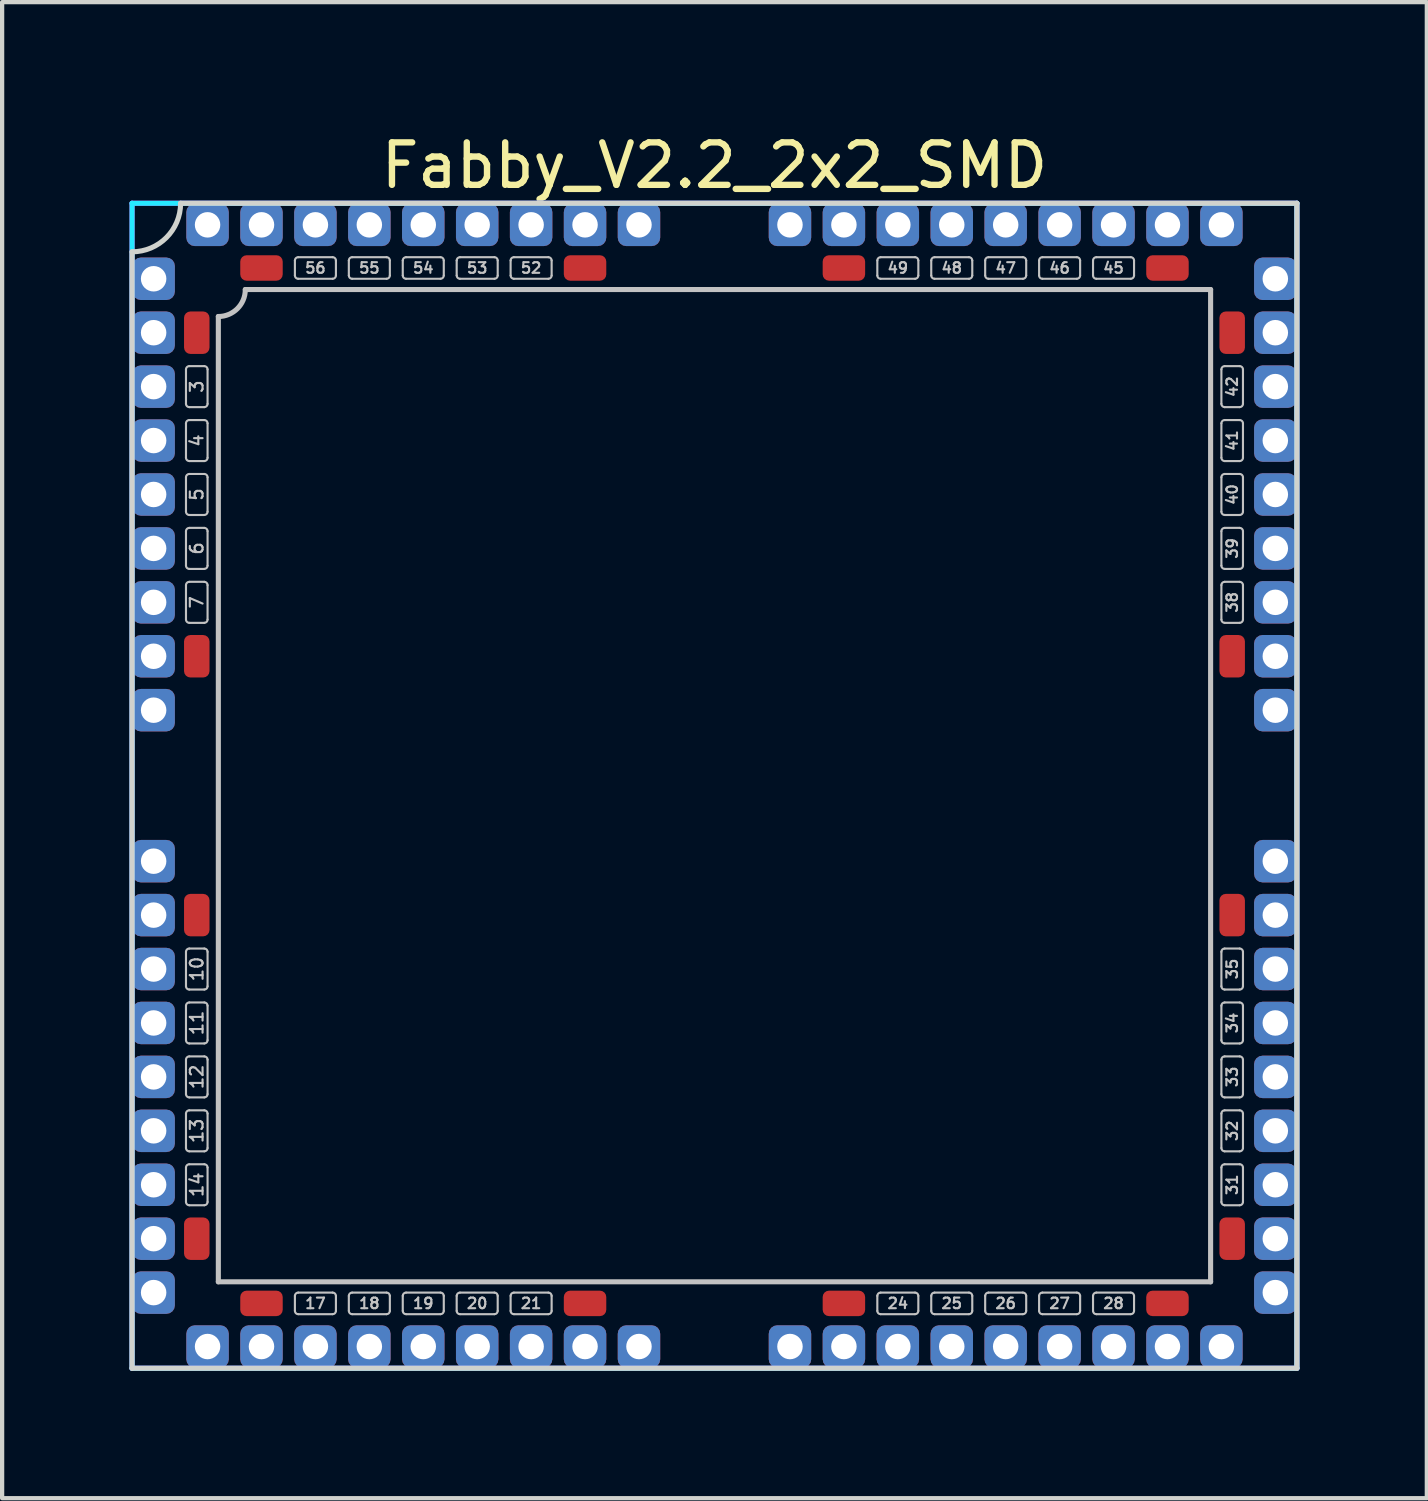
<source format=kicad_pcb>
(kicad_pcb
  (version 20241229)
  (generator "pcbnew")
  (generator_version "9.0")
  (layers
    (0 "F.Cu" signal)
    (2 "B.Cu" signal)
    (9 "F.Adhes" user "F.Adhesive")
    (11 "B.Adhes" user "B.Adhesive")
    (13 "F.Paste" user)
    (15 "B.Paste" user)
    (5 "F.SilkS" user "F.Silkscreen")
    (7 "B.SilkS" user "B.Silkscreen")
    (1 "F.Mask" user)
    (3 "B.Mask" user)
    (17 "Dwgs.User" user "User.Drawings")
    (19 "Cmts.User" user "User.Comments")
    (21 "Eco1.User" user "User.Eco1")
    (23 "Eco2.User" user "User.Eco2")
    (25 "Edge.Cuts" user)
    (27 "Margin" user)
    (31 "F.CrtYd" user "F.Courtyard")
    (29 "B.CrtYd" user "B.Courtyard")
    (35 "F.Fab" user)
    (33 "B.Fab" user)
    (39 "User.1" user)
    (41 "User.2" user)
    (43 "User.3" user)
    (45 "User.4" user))
  (footprint "Fabby_V2.2_2x2_SMD"
    (layer "F.Cu")
    (at 13.776 15.453)
    (property "Reference" "Fabby_V2.2_2x2_SMD" (at 0 -14.605 0) (layer "F.SilkS") (effects (font (size 1 1) (thickness 0.15))))
    (attr through_hole)
    (fp_line (start -12.446 -8.992) (end -12.446 -9.804) (stroke (width 0.05) (type solid)) (layer "Dwgs.User"))
    (fp_line (start -12.446 -7.722) (end -12.446 -8.534) (stroke (width 0.05) (type solid)) (layer "Dwgs.User"))
    (fp_line (start -12.446 -6.452) (end -12.446 -7.264) (stroke (width 0.05) (type solid)) (layer "Dwgs.User"))
    (fp_line (start -12.446 -5.182) (end -12.446 -5.994) (stroke (width 0.05) (type solid)) (layer "Dwgs.User"))
    (fp_line (start -12.446 -3.912) (end -12.446 -4.724) (stroke (width 0.05) (type solid)) (layer "Dwgs.User"))
    (fp_line (start -12.446 4.724) (end -12.446 3.912) (stroke (width 0.05) (type solid)) (layer "Dwgs.User"))
    (fp_line (start -12.446 5.994) (end -12.446 5.182) (stroke (width 0.05) (type solid)) (layer "Dwgs.User"))
    (fp_line (start -12.446 7.264) (end -12.446 6.452) (stroke (width 0.05) (type solid)) (layer "Dwgs.User"))
    (fp_line (start -12.446 8.534) (end -12.446 7.722) (stroke (width 0.05) (type solid)) (layer "Dwgs.User"))
    (fp_line (start -12.446 9.804) (end -12.446 8.992) (stroke (width 0.05) (type solid)) (layer "Dwgs.User"))
    (fp_line (start -12.37 -9.881) (end -12.014 -9.881) (stroke (width 0.05) (type solid)) (layer "Dwgs.User"))
    (fp_line (start -12.37 -8.915) (end -12.014 -8.915) (stroke (width 0.05) (type solid)) (layer "Dwgs.User"))
    (fp_line (start -12.37 -8.611) (end -12.014 -8.611) (stroke (width 0.05) (type solid)) (layer "Dwgs.User"))
    (fp_line (start -12.37 -7.645) (end -12.014 -7.645) (stroke (width 0.05) (type solid)) (layer "Dwgs.User"))
    (fp_line (start -12.37 -7.341) (end -12.014 -7.341) (stroke (width 0.05) (type solid)) (layer "Dwgs.User"))
    (fp_line (start -12.37 -6.375) (end -12.014 -6.375) (stroke (width 0.05) (type solid)) (layer "Dwgs.User"))
    (fp_line (start -12.37 -6.071) (end -12.014 -6.071) (stroke (width 0.05) (type solid)) (layer "Dwgs.User"))
    (fp_line (start -12.37 -5.105) (end -12.014 -5.105) (stroke (width 0.05) (type solid)) (layer "Dwgs.User"))
    (fp_line (start -12.37 -4.801) (end -12.014 -4.801) (stroke (width 0.05) (type solid)) (layer "Dwgs.User"))
    (fp_line (start -12.37 -3.835) (end -12.014 -3.835) (stroke (width 0.05) (type solid)) (layer "Dwgs.User"))
    (fp_line (start -12.37 3.835) (end -12.014 3.835) (stroke (width 0.05) (type solid)) (layer "Dwgs.User"))
    (fp_line (start -12.37 4.801) (end -12.014 4.801) (stroke (width 0.05) (type solid)) (layer "Dwgs.User"))
    (fp_line (start -12.37 5.105) (end -12.014 5.105) (stroke (width 0.05) (type solid)) (layer "Dwgs.User"))
    (fp_line (start -12.37 6.071) (end -12.014 6.071) (stroke (width 0.05) (type solid)) (layer "Dwgs.User"))
    (fp_line (start -12.37 6.375) (end -12.014 6.375) (stroke (width 0.05) (type solid)) (layer "Dwgs.User"))
    (fp_line (start -12.37 7.341) (end -12.014 7.341) (stroke (width 0.05) (type solid)) (layer "Dwgs.User"))
    (fp_line (start -12.37 7.645) (end -12.014 7.645) (stroke (width 0.05) (type solid)) (layer "Dwgs.User"))
    (fp_line (start -12.37 8.611) (end -12.014 8.611) (stroke (width 0.05) (type solid)) (layer "Dwgs.User"))
    (fp_line (start -12.37 8.915) (end -12.014 8.915) (stroke (width 0.05) (type solid)) (layer "Dwgs.User"))
    (fp_line (start -12.37 9.881) (end -12.014 9.881) (stroke (width 0.05) (type solid)) (layer "Dwgs.User"))
    (fp_line (start -11.938 -8.992) (end -11.938 -9.804) (stroke (width 0.05) (type solid)) (layer "Dwgs.User"))
    (fp_line (start -11.938 -7.722) (end -11.938 -8.534) (stroke (width 0.05) (type solid)) (layer "Dwgs.User"))
    (fp_line (start -11.938 -6.452) (end -11.938 -7.264) (stroke (width 0.05) (type solid)) (layer "Dwgs.User"))
    (fp_line (start -11.938 -5.182) (end -11.938 -5.994) (stroke (width 0.05) (type solid)) (layer "Dwgs.User"))
    (fp_line (start -11.938 -3.912) (end -11.938 -4.724) (stroke (width 0.05) (type solid)) (layer "Dwgs.User"))
    (fp_line (start -11.938 4.724) (end -11.938 3.912) (stroke (width 0.05) (type solid)) (layer "Dwgs.User"))
    (fp_line (start -11.938 5.994) (end -11.938 5.182) (stroke (width 0.05) (type solid)) (layer "Dwgs.User"))
    (fp_line (start -11.938 7.264) (end -11.938 6.452) (stroke (width 0.05) (type solid)) (layer "Dwgs.User"))
    (fp_line (start -11.938 8.534) (end -11.938 7.722) (stroke (width 0.05) (type solid)) (layer "Dwgs.User"))
    (fp_line (start -11.938 9.804) (end -11.938 8.992) (stroke (width 0.05) (type solid)) (layer "Dwgs.User"))
    (fp_line (start -11.684 11.684) (end -11.684 -11.049) (stroke (width 0.12) (type solid)) (layer "Dwgs.User"))
    (fp_line (start -11.049 -11.684) (end 11.684 -11.684) (stroke (width 0.12) (type solid)) (layer "Dwgs.User"))
    (fp_line (start -9.881 -12.014) (end -9.881 -12.37) (stroke (width 0.05) (type solid)) (layer "Dwgs.User"))
    (fp_line (start -9.881 12.37) (end -9.881 12.014) (stroke (width 0.05) (type solid)) (layer "Dwgs.User"))
    (fp_line (start -8.992 -12.446) (end -9.804 -12.446) (stroke (width 0.05) (type solid)) (layer "Dwgs.User"))
    (fp_line (start -8.992 -11.938) (end -9.804 -11.938) (stroke (width 0.05) (type solid)) (layer "Dwgs.User"))
    (fp_line (start -8.992 11.938) (end -9.804 11.938) (stroke (width 0.05) (type solid)) (layer "Dwgs.User"))
    (fp_line (start -8.992 12.446) (end -9.804 12.446) (stroke (width 0.05) (type solid)) (layer "Dwgs.User"))
    (fp_line (start -8.915 -12.014) (end -8.915 -12.37) (stroke (width 0.05) (type solid)) (layer "Dwgs.User"))
    (fp_line (start -8.915 12.37) (end -8.915 12.014) (stroke (width 0.05) (type solid)) (layer "Dwgs.User"))
    (fp_line (start -8.611 -12.014) (end -8.611 -12.37) (stroke (width 0.05) (type solid)) (layer "Dwgs.User"))
    (fp_line (start -8.611 12.37) (end -8.611 12.014) (stroke (width 0.05) (type solid)) (layer "Dwgs.User"))
    (fp_line (start -7.722 -12.446) (end -8.534 -12.446) (stroke (width 0.05) (type solid)) (layer "Dwgs.User"))
    (fp_line (start -7.722 -11.938) (end -8.534 -11.938) (stroke (width 0.05) (type solid)) (layer "Dwgs.User"))
    (fp_line (start -7.722 11.938) (end -8.534 11.938) (stroke (width 0.05) (type solid)) (layer "Dwgs.User"))
    (fp_line (start -7.722 12.446) (end -8.534 12.446) (stroke (width 0.05) (type solid)) (layer "Dwgs.User"))
    (fp_line (start -7.645 -12.014) (end -7.645 -12.37) (stroke (width 0.05) (type solid)) (layer "Dwgs.User"))
    (fp_line (start -7.645 12.37) (end -7.645 12.014) (stroke (width 0.05) (type solid)) (layer "Dwgs.User"))
    (fp_line (start -7.341 -12.014) (end -7.341 -12.37) (stroke (width 0.05) (type solid)) (layer "Dwgs.User"))
    (fp_line (start -7.341 12.37) (end -7.341 12.014) (stroke (width 0.05) (type solid)) (layer "Dwgs.User"))
    (fp_line (start -6.452 -12.446) (end -7.264 -12.446) (stroke (width 0.05) (type solid)) (layer "Dwgs.User"))
    (fp_line (start -6.452 -11.938) (end -7.264 -11.938) (stroke (width 0.05) (type solid)) (layer "Dwgs.User"))
    (fp_line (start -6.452 11.938) (end -7.264 11.938) (stroke (width 0.05) (type solid)) (layer "Dwgs.User"))
    (fp_line (start -6.452 12.446) (end -7.264 12.446) (stroke (width 0.05) (type solid)) (layer "Dwgs.User"))
    (fp_line (start -6.375 -12.014) (end -6.375 -12.37) (stroke (width 0.05) (type solid)) (layer "Dwgs.User"))
    (fp_line (start -6.375 12.37) (end -6.375 12.014) (stroke (width 0.05) (type solid)) (layer "Dwgs.User"))
    (fp_line (start -6.071 -12.014) (end -6.071 -12.37) (stroke (width 0.05) (type solid)) (layer "Dwgs.User"))
    (fp_line (start -6.071 12.37) (end -6.071 12.014) (stroke (width 0.05) (type solid)) (layer "Dwgs.User"))
    (fp_line (start -5.182 -12.446) (end -5.994 -12.446) (stroke (width 0.05) (type solid)) (layer "Dwgs.User"))
    (fp_line (start -5.182 -11.938) (end -5.994 -11.938) (stroke (width 0.05) (type solid)) (layer "Dwgs.User"))
    (fp_line (start -5.182 11.938) (end -5.994 11.938) (stroke (width 0.05) (type solid)) (layer "Dwgs.User"))
    (fp_line (start -5.182 12.446) (end -5.994 12.446) (stroke (width 0.05) (type solid)) (layer "Dwgs.User"))
    (fp_line (start -5.105 -12.014) (end -5.105 -12.37) (stroke (width 0.05) (type solid)) (layer "Dwgs.User"))
    (fp_line (start -5.105 12.37) (end -5.105 12.014) (stroke (width 0.05) (type solid)) (layer "Dwgs.User"))
    (fp_line (start -4.801 -12.014) (end -4.801 -12.37) (stroke (width 0.05) (type solid)) (layer "Dwgs.User"))
    (fp_line (start -4.801 12.37) (end -4.801 12.014) (stroke (width 0.05) (type solid)) (layer "Dwgs.User"))
    (fp_line (start -3.912 -12.446) (end -4.724 -12.446) (stroke (width 0.05) (type solid)) (layer "Dwgs.User"))
    (fp_line (start -3.912 -11.938) (end -4.724 -11.938) (stroke (width 0.05) (type solid)) (layer "Dwgs.User"))
    (fp_line (start -3.912 11.938) (end -4.724 11.938) (stroke (width 0.05) (type solid)) (layer "Dwgs.User"))
    (fp_line (start -3.912 12.446) (end -4.724 12.446) (stroke (width 0.05) (type solid)) (layer "Dwgs.User"))
    (fp_line (start -3.835 -12.014) (end -3.835 -12.37) (stroke (width 0.05) (type solid)) (layer "Dwgs.User"))
    (fp_line (start -3.835 12.37) (end -3.835 12.014) (stroke (width 0.05) (type solid)) (layer "Dwgs.User"))
    (fp_line (start 3.835 -12.014) (end 3.835 -12.37) (stroke (width 0.05) (type solid)) (layer "Dwgs.User"))
    (fp_line (start 3.835 12.37) (end 3.835 12.014) (stroke (width 0.05) (type solid)) (layer "Dwgs.User"))
    (fp_line (start 4.724 -12.446) (end 3.912 -12.446) (stroke (width 0.05) (type solid)) (layer "Dwgs.User"))
    (fp_line (start 4.724 -11.938) (end 3.912 -11.938) (stroke (width 0.05) (type solid)) (layer "Dwgs.User"))
    (fp_line (start 4.724 11.938) (end 3.912 11.938) (stroke (width 0.05) (type solid)) (layer "Dwgs.User"))
    (fp_line (start 4.724 12.446) (end 3.912 12.446) (stroke (width 0.05) (type solid)) (layer "Dwgs.User"))
    (fp_line (start 4.801 -12.014) (end 4.801 -12.37) (stroke (width 0.05) (type solid)) (layer "Dwgs.User"))
    (fp_line (start 4.801 12.37) (end 4.801 12.014) (stroke (width 0.05) (type solid)) (layer "Dwgs.User"))
    (fp_line (start 5.105 -12.014) (end 5.105 -12.37) (stroke (width 0.05) (type solid)) (layer "Dwgs.User"))
    (fp_line (start 5.105 12.37) (end 5.105 12.014) (stroke (width 0.05) (type solid)) (layer "Dwgs.User"))
    (fp_line (start 5.994 -12.446) (end 5.182 -12.446) (stroke (width 0.05) (type solid)) (layer "Dwgs.User"))
    (fp_line (start 5.994 -11.938) (end 5.182 -11.938) (stroke (width 0.05) (type solid)) (layer "Dwgs.User"))
    (fp_line (start 5.994 11.938) (end 5.182 11.938) (stroke (width 0.05) (type solid)) (layer "Dwgs.User"))
    (fp_line (start 5.994 12.446) (end 5.182 12.446) (stroke (width 0.05) (type solid)) (layer "Dwgs.User"))
    (fp_line (start 6.071 -12.014) (end 6.071 -12.37) (stroke (width 0.05) (type solid)) (layer "Dwgs.User"))
    (fp_line (start 6.071 12.37) (end 6.071 12.014) (stroke (width 0.05) (type solid)) (layer "Dwgs.User"))
    (fp_line (start 6.375 -12.014) (end 6.375 -12.37) (stroke (width 0.05) (type solid)) (layer "Dwgs.User"))
    (fp_line (start 6.375 12.37) (end 6.375 12.014) (stroke (width 0.05) (type solid)) (layer "Dwgs.User"))
    (fp_line (start 7.264 -12.446) (end 6.452 -12.446) (stroke (width 0.05) (type solid)) (layer "Dwgs.User"))
    (fp_line (start 7.264 -11.938) (end 6.452 -11.938) (stroke (width 0.05) (type solid)) (layer "Dwgs.User"))
    (fp_line (start 7.264 11.938) (end 6.452 11.938) (stroke (width 0.05) (type solid)) (layer "Dwgs.User"))
    (fp_line (start 7.264 12.446) (end 6.452 12.446) (stroke (width 0.05) (type solid)) (layer "Dwgs.User"))
    (fp_line (start 7.341 -12.014) (end 7.341 -12.37) (stroke (width 0.05) (type solid)) (layer "Dwgs.User"))
    (fp_line (start 7.341 12.37) (end 7.341 12.014) (stroke (width 0.05) (type solid)) (layer "Dwgs.User"))
    (fp_line (start 7.645 -12.014) (end 7.645 -12.37) (stroke (width 0.05) (type solid)) (layer "Dwgs.User"))
    (fp_line (start 7.645 12.37) (end 7.645 12.014) (stroke (width 0.05) (type solid)) (layer "Dwgs.User"))
    (fp_line (start 8.534 -12.446) (end 7.722 -12.446) (stroke (width 0.05) (type solid)) (layer "Dwgs.User"))
    (fp_line (start 8.534 -11.938) (end 7.722 -11.938) (stroke (width 0.05) (type solid)) (layer "Dwgs.User"))
    (fp_line (start 8.534 11.938) (end 7.722 11.938) (stroke (width 0.05) (type solid)) (layer "Dwgs.User"))
    (fp_line (start 8.534 12.446) (end 7.722 12.446) (stroke (width 0.05) (type solid)) (layer "Dwgs.User"))
    (fp_line (start 8.611 -12.014) (end 8.611 -12.37) (stroke (width 0.05) (type solid)) (layer "Dwgs.User"))
    (fp_line (start 8.611 12.37) (end 8.611 12.014) (stroke (width 0.05) (type solid)) (layer "Dwgs.User"))
    (fp_line (start 8.915 -12.014) (end 8.915 -12.37) (stroke (width 0.05) (type solid)) (layer "Dwgs.User"))
    (fp_line (start 8.915 12.37) (end 8.915 12.014) (stroke (width 0.05) (type solid)) (layer "Dwgs.User"))
    (fp_line (start 9.804 -12.446) (end 8.992 -12.446) (stroke (width 0.05) (type solid)) (layer "Dwgs.User"))
    (fp_line (start 9.804 -11.938) (end 8.992 -11.938) (stroke (width 0.05) (type solid)) (layer "Dwgs.User"))
    (fp_line (start 9.804 11.938) (end 8.992 11.938) (stroke (width 0.05) (type solid)) (layer "Dwgs.User"))
    (fp_line (start 9.804 12.446) (end 8.992 12.446) (stroke (width 0.05) (type solid)) (layer "Dwgs.User"))
    (fp_line (start 9.881 -12.014) (end 9.881 -12.37) (stroke (width 0.05) (type solid)) (layer "Dwgs.User"))
    (fp_line (start 9.881 12.37) (end 9.881 12.014) (stroke (width 0.05) (type solid)) (layer "Dwgs.User"))
    (fp_line (start 11.684 -11.684) (end 11.684 11.684) (stroke (width 0.12) (type solid)) (layer "Dwgs.User"))
    (fp_line (start 11.684 11.684) (end -11.684 11.684) (stroke (width 0.12) (type solid)) (layer "Dwgs.User"))
    (fp_line (start 11.938 -8.992) (end 11.938 -9.804) (stroke (width 0.05) (type solid)) (layer "Dwgs.User"))
    (fp_line (start 11.938 -7.722) (end 11.938 -8.534) (stroke (width 0.05) (type solid)) (layer "Dwgs.User"))
    (fp_line (start 11.938 -6.452) (end 11.938 -7.264) (stroke (width 0.05) (type solid)) (layer "Dwgs.User"))
    (fp_line (start 11.938 -5.182) (end 11.938 -5.994) (stroke (width 0.05) (type solid)) (layer "Dwgs.User"))
    (fp_line (start 11.938 -3.912) (end 11.938 -4.724) (stroke (width 0.05) (type solid)) (layer "Dwgs.User"))
    (fp_line (start 11.938 4.724) (end 11.938 3.912) (stroke (width 0.05) (type solid)) (layer "Dwgs.User"))
    (fp_line (start 11.938 5.994) (end 11.938 5.182) (stroke (width 0.05) (type solid)) (layer "Dwgs.User"))
    (fp_line (start 11.938 7.264) (end 11.938 6.452) (stroke (width 0.05) (type solid)) (layer "Dwgs.User"))
    (fp_line (start 11.938 8.534) (end 11.938 7.722) (stroke (width 0.05) (type solid)) (layer "Dwgs.User"))
    (fp_line (start 11.938 9.804) (end 11.938 8.992) (stroke (width 0.05) (type solid)) (layer "Dwgs.User"))
    (fp_line (start 12.014 -9.881) (end 12.37 -9.881) (stroke (width 0.05) (type solid)) (layer "Dwgs.User"))
    (fp_line (start 12.014 -8.915) (end 12.37 -8.915) (stroke (width 0.05) (type solid)) (layer "Dwgs.User"))
    (fp_line (start 12.014 -8.611) (end 12.37 -8.611) (stroke (width 0.05) (type solid)) (layer "Dwgs.User"))
    (fp_line (start 12.014 -7.645) (end 12.37 -7.645) (stroke (width 0.05) (type solid)) (layer "Dwgs.User"))
    (fp_line (start 12.014 -7.341) (end 12.37 -7.341) (stroke (width 0.05) (type solid)) (layer "Dwgs.User"))
    (fp_line (start 12.014 -6.375) (end 12.37 -6.375) (stroke (width 0.05) (type solid)) (layer "Dwgs.User"))
    (fp_line (start 12.014 -6.071) (end 12.37 -6.071) (stroke (width 0.05) (type solid)) (layer "Dwgs.User"))
    (fp_line (start 12.014 -5.105) (end 12.37 -5.105) (stroke (width 0.05) (type solid)) (layer "Dwgs.User"))
    (fp_line (start 12.014 -4.801) (end 12.37 -4.801) (stroke (width 0.05) (type solid)) (layer "Dwgs.User"))
    (fp_line (start 12.014 -3.835) (end 12.37 -3.835) (stroke (width 0.05) (type solid)) (layer "Dwgs.User"))
    (fp_line (start 12.014 3.835) (end 12.37 3.835) (stroke (width 0.05) (type solid)) (layer "Dwgs.User"))
    (fp_line (start 12.014 4.801) (end 12.37 4.801) (stroke (width 0.05) (type solid)) (layer "Dwgs.User"))
    (fp_line (start 12.014 5.105) (end 12.37 5.105) (stroke (width 0.05) (type solid)) (layer "Dwgs.User"))
    (fp_line (start 12.014 6.071) (end 12.37 6.071) (stroke (width 0.05) (type solid)) (layer "Dwgs.User"))
    (fp_line (start 12.014 6.375) (end 12.37 6.375) (stroke (width 0.05) (type solid)) (layer "Dwgs.User"))
    (fp_line (start 12.014 7.341) (end 12.37 7.341) (stroke (width 0.05) (type solid)) (layer "Dwgs.User"))
    (fp_line (start 12.014 7.645) (end 12.37 7.645) (stroke (width 0.05) (type solid)) (layer "Dwgs.User"))
    (fp_line (start 12.014 8.611) (end 12.37 8.611) (stroke (width 0.05) (type solid)) (layer "Dwgs.User"))
    (fp_line (start 12.014 8.915) (end 12.37 8.915) (stroke (width 0.05) (type solid)) (layer "Dwgs.User"))
    (fp_line (start 12.014 9.881) (end 12.37 9.881) (stroke (width 0.05) (type solid)) (layer "Dwgs.User"))
    (fp_line (start 12.446 -8.992) (end 12.446 -9.804) (stroke (width 0.05) (type solid)) (layer "Dwgs.User"))
    (fp_line (start 12.446 -7.722) (end 12.446 -8.534) (stroke (width 0.05) (type solid)) (layer "Dwgs.User"))
    (fp_line (start 12.446 -6.452) (end 12.446 -7.264) (stroke (width 0.05) (type solid)) (layer "Dwgs.User"))
    (fp_line (start 12.446 -5.182) (end 12.446 -5.994) (stroke (width 0.05) (type solid)) (layer "Dwgs.User"))
    (fp_line (start 12.446 -3.912) (end 12.446 -4.724) (stroke (width 0.05) (type solid)) (layer "Dwgs.User"))
    (fp_line (start 12.446 4.724) (end 12.446 3.912) (stroke (width 0.05) (type solid)) (layer "Dwgs.User"))
    (fp_line (start 12.446 5.994) (end 12.446 5.182) (stroke (width 0.05) (type solid)) (layer "Dwgs.User"))
    (fp_line (start 12.446 7.264) (end 12.446 6.452) (stroke (width 0.05) (type solid)) (layer "Dwgs.User"))
    (fp_line (start 12.446 8.534) (end 12.446 7.722) (stroke (width 0.05) (type solid)) (layer "Dwgs.User"))
    (fp_line (start 12.446 9.804) (end 12.446 8.992) (stroke (width 0.05) (type solid)) (layer "Dwgs.User"))
    (fp_arc (start -12.446 -9.8044) (mid -12.423682 -9.858282) (end -12.3698 -9.8806) (stroke (width 0.05) (type solid)) (layer "Dwgs.User"))
    (fp_arc (start -12.446 -8.5344) (mid -12.423682 -8.588282) (end -12.3698 -8.6106) (stroke (width 0.05) (type solid)) (layer "Dwgs.User"))
    (fp_arc (start -12.446 -7.2644) (mid -12.423682 -7.318282) (end -12.3698 -7.3406) (stroke (width 0.05) (type solid)) (layer "Dwgs.User"))
    (fp_arc (start -12.446 -5.9944) (mid -12.423682 -6.048282) (end -12.3698 -6.0706) (stroke (width 0.05) (type solid)) (layer "Dwgs.User"))
    (fp_arc (start -12.446 -4.7244) (mid -12.423682 -4.778282) (end -12.3698 -4.8006) (stroke (width 0.05) (type solid)) (layer "Dwgs.User"))
    (fp_arc (start -12.446 3.9116) (mid -12.423682 3.857718) (end -12.3698 3.8354) (stroke (width 0.05) (type solid)) (layer "Dwgs.User"))
    (fp_arc (start -12.446 5.1816) (mid -12.423682 5.127718) (end -12.3698 5.1054) (stroke (width 0.05) (type solid)) (layer "Dwgs.User"))
    (fp_arc (start -12.446 6.4516) (mid -12.423682 6.397718) (end -12.3698 6.3754) (stroke (width 0.05) (type solid)) (layer "Dwgs.User"))
    (fp_arc (start -12.446 7.7216) (mid -12.423682 7.667718) (end -12.3698 7.6454) (stroke (width 0.05) (type solid)) (layer "Dwgs.User"))
    (fp_arc (start -12.446 8.9916) (mid -12.423682 8.937718) (end -12.3698 8.9154) (stroke (width 0.05) (type solid)) (layer "Dwgs.User"))
    (fp_arc (start -12.3698 -8.9154) (mid -12.423682 -8.937718) (end -12.446 -8.9916) (stroke (width 0.05) (type solid)) (layer "Dwgs.User"))
    (fp_arc (start -12.3698 -7.6454) (mid -12.423682 -7.667718) (end -12.446 -7.7216) (stroke (width 0.05) (type solid)) (layer "Dwgs.User"))
    (fp_arc (start -12.3698 -6.3754) (mid -12.423682 -6.397718) (end -12.446 -6.4516) (stroke (width 0.05) (type solid)) (layer "Dwgs.User"))
    (fp_arc (start -12.3698 -5.1054) (mid -12.423682 -5.127718) (end -12.446 -5.1816) (stroke (width 0.05) (type solid)) (layer "Dwgs.User"))
    (fp_arc (start -12.3698 -3.8354) (mid -12.423682 -3.857718) (end -12.446 -3.9116) (stroke (width 0.05) (type solid)) (layer "Dwgs.User"))
    (fp_arc (start -12.3698 4.8006) (mid -12.423682 4.778282) (end -12.446 4.7244) (stroke (width 0.05) (type solid)) (layer "Dwgs.User"))
    (fp_arc (start -12.3698 6.0706) (mid -12.423682 6.048282) (end -12.446 5.9944) (stroke (width 0.05) (type solid)) (layer "Dwgs.User"))
    (fp_arc (start -12.3698 7.3406) (mid -12.423682 7.318282) (end -12.446 7.2644) (stroke (width 0.05) (type solid)) (layer "Dwgs.User"))
    (fp_arc (start -12.3698 8.6106) (mid -12.423682 8.588282) (end -12.446 8.5344) (stroke (width 0.05) (type solid)) (layer "Dwgs.User"))
    (fp_arc (start -12.3698 9.8806) (mid -12.423682 9.858282) (end -12.446 9.8044) (stroke (width 0.05) (type solid)) (layer "Dwgs.User"))
    (fp_arc (start -12.0142 -9.8806) (mid -11.960318 -9.858282) (end -11.938 -9.8044) (stroke (width 0.05) (type solid)) (layer "Dwgs.User"))
    (fp_arc (start -12.0142 -8.6106) (mid -11.960318 -8.588282) (end -11.938 -8.5344) (stroke (width 0.05) (type solid)) (layer "Dwgs.User"))
    (fp_arc (start -12.0142 -7.3406) (mid -11.960318 -7.318282) (end -11.938 -7.2644) (stroke (width 0.05) (type solid)) (layer "Dwgs.User"))
    (fp_arc (start -12.0142 -6.0706) (mid -11.960318 -6.048282) (end -11.938 -5.9944) (stroke (width 0.05) (type solid)) (layer "Dwgs.User"))
    (fp_arc (start -12.0142 -4.8006) (mid -11.960318 -4.778282) (end -11.938 -4.7244) (stroke (width 0.05) (type solid)) (layer "Dwgs.User"))
    (fp_arc (start -12.0142 3.8354) (mid -11.960318 3.857718) (end -11.938 3.9116) (stroke (width 0.05) (type solid)) (layer "Dwgs.User"))
    (fp_arc (start -12.0142 5.1054) (mid -11.960318 5.127718) (end -11.938 5.1816) (stroke (width 0.05) (type solid)) (layer "Dwgs.User"))
    (fp_arc (start -12.0142 6.3754) (mid -11.960318 6.397718) (end -11.938 6.4516) (stroke (width 0.05) (type solid)) (layer "Dwgs.User"))
    (fp_arc (start -12.0142 7.6454) (mid -11.960318 7.667718) (end -11.938 7.7216) (stroke (width 0.05) (type solid)) (layer "Dwgs.User"))
    (fp_arc (start -12.0142 8.9154) (mid -11.960318 8.937718) (end -11.938 8.9916) (stroke (width 0.05) (type solid)) (layer "Dwgs.User"))
    (fp_arc (start -11.938 -8.9916) (mid -11.960318 -8.937718) (end -12.0142 -8.9154) (stroke (width 0.05) (type solid)) (layer "Dwgs.User"))
    (fp_arc (start -11.938 -7.7216) (mid -11.960318 -7.667718) (end -12.0142 -7.6454) (stroke (width 0.05) (type solid)) (layer "Dwgs.User"))
    (fp_arc (start -11.938 -6.4516) (mid -11.960318 -6.397718) (end -12.0142 -6.3754) (stroke (width 0.05) (type solid)) (layer "Dwgs.User"))
    (fp_arc (start -11.938 -5.1816) (mid -11.960318 -5.127718) (end -12.0142 -5.1054) (stroke (width 0.05) (type solid)) (layer "Dwgs.User"))
    (fp_arc (start -11.938 -3.9116) (mid -11.960318 -3.857718) (end -12.0142 -3.8354) (stroke (width 0.05) (type solid)) (layer "Dwgs.User"))
    (fp_arc (start -11.938 4.7244) (mid -11.960318 4.778282) (end -12.0142 4.8006) (stroke (width 0.05) (type solid)) (layer "Dwgs.User"))
    (fp_arc (start -11.938 5.9944) (mid -11.960318 6.048282) (end -12.0142 6.0706) (stroke (width 0.05) (type solid)) (layer "Dwgs.User"))
    (fp_arc (start -11.938 7.2644) (mid -11.960318 7.318282) (end -12.0142 7.3406) (stroke (width 0.05) (type solid)) (layer "Dwgs.User"))
    (fp_arc (start -11.938 8.5344) (mid -11.960318 8.588282) (end -12.0142 8.6106) (stroke (width 0.05) (type solid)) (layer "Dwgs.User"))
    (fp_arc (start -11.938 9.8044) (mid -11.960318 9.858282) (end -12.0142 9.8806) (stroke (width 0.05) (type solid)) (layer "Dwgs.User"))
    (fp_arc (start -11.049 -11.684) (mid -11.234987 -11.234987) (end -11.684 -11.049) (stroke (width 0.12) (type solid)) (layer "Dwgs.User"))
    (fp_arc (start -9.8806 -12.3698) (mid -9.858282 -12.423682) (end -9.8044 -12.446) (stroke (width 0.05) (type solid)) (layer "Dwgs.User"))
    (fp_arc (start -9.8806 12.0142) (mid -9.858282 11.960318) (end -9.8044 11.938) (stroke (width 0.05) (type solid)) (layer "Dwgs.User"))
    (fp_arc (start -9.8044 -11.938) (mid -9.858282 -11.960318) (end -9.8806 -12.0142) (stroke (width 0.05) (type solid)) (layer "Dwgs.User"))
    (fp_arc (start -9.8044 12.446) (mid -9.858282 12.423682) (end -9.8806 12.3698) (stroke (width 0.05) (type solid)) (layer "Dwgs.User"))
    (fp_arc (start -8.9916 -12.446) (mid -8.937718 -12.423682) (end -8.9154 -12.3698) (stroke (width 0.05) (type solid)) (layer "Dwgs.User"))
    (fp_arc (start -8.9916 11.938) (mid -8.937718 11.960318) (end -8.9154 12.0142) (stroke (width 0.05) (type solid)) (layer "Dwgs.User"))
    (fp_arc (start -8.9154 -12.0142) (mid -8.937718 -11.960318) (end -8.9916 -11.938) (stroke (width 0.05) (type solid)) (layer "Dwgs.User"))
    (fp_arc (start -8.9154 12.3698) (mid -8.937718 12.423682) (end -8.9916 12.446) (stroke (width 0.05) (type solid)) (layer "Dwgs.User"))
    (fp_arc (start -8.6106 -12.3698) (mid -8.588282 -12.423682) (end -8.5344 -12.446) (stroke (width 0.05) (type solid)) (layer "Dwgs.User"))
    (fp_arc (start -8.6106 12.0142) (mid -8.588282 11.960318) (end -8.5344 11.938) (stroke (width 0.05) (type solid)) (layer "Dwgs.User"))
    (fp_arc (start -8.5344 -11.938) (mid -8.588282 -11.960318) (end -8.6106 -12.0142) (stroke (width 0.05) (type solid)) (layer "Dwgs.User"))
    (fp_arc (start -8.5344 12.446) (mid -8.588282 12.423682) (end -8.6106 12.3698) (stroke (width 0.05) (type solid)) (layer "Dwgs.User"))
    (fp_arc (start -7.7216 -12.446) (mid -7.667718 -12.423682) (end -7.6454 -12.3698) (stroke (width 0.05) (type solid)) (layer "Dwgs.User"))
    (fp_arc (start -7.7216 11.938) (mid -7.667718 11.960318) (end -7.6454 12.0142) (stroke (width 0.05) (type solid)) (layer "Dwgs.User"))
    (fp_arc (start -7.6454 -12.0142) (mid -7.667718 -11.960318) (end -7.7216 -11.938) (stroke (width 0.05) (type solid)) (layer "Dwgs.User"))
    (fp_arc (start -7.6454 12.3698) (mid -7.667718 12.423682) (end -7.7216 12.446) (stroke (width 0.05) (type solid)) (layer "Dwgs.User"))
    (fp_arc (start -7.3406 -12.3698) (mid -7.318282 -12.423682) (end -7.2644 -12.446) (stroke (width 0.05) (type solid)) (layer "Dwgs.User"))
    (fp_arc (start -7.3406 12.0142) (mid -7.318282 11.960318) (end -7.2644 11.938) (stroke (width 0.05) (type solid)) (layer "Dwgs.User"))
    (fp_arc (start -7.2644 -11.938) (mid -7.318282 -11.960318) (end -7.3406 -12.0142) (stroke (width 0.05) (type solid)) (layer "Dwgs.User"))
    (fp_arc (start -7.2644 12.446) (mid -7.318282 12.423682) (end -7.3406 12.3698) (stroke (width 0.05) (type solid)) (layer "Dwgs.User"))
    (fp_arc (start -6.4516 -12.446) (mid -6.397718 -12.423682) (end -6.3754 -12.3698) (stroke (width 0.05) (type solid)) (layer "Dwgs.User"))
    (fp_arc (start -6.4516 11.938) (mid -6.397718 11.960318) (end -6.3754 12.0142) (stroke (width 0.05) (type solid)) (layer "Dwgs.User"))
    (fp_arc (start -6.3754 -12.0142) (mid -6.397718 -11.960318) (end -6.4516 -11.938) (stroke (width 0.05) (type solid)) (layer "Dwgs.User"))
    (fp_arc (start -6.3754 12.3698) (mid -6.397718 12.423682) (end -6.4516 12.446) (stroke (width 0.05) (type solid)) (layer "Dwgs.User"))
    (fp_arc (start -6.0706 -12.3698) (mid -6.048282 -12.423682) (end -5.9944 -12.446) (stroke (width 0.05) (type solid)) (layer "Dwgs.User"))
    (fp_arc (start -6.0706 12.0142) (mid -6.048282 11.960318) (end -5.9944 11.938) (stroke (width 0.05) (type solid)) (layer "Dwgs.User"))
    (fp_arc (start -5.9944 -11.938) (mid -6.048282 -11.960318) (end -6.0706 -12.0142) (stroke (width 0.05) (type solid)) (layer "Dwgs.User"))
    (fp_arc (start -5.9944 12.446) (mid -6.048282 12.423682) (end -6.0706 12.3698) (stroke (width 0.05) (type solid)) (layer "Dwgs.User"))
    (fp_arc (start -5.1816 -12.446) (mid -5.127718 -12.423682) (end -5.1054 -12.3698) (stroke (width 0.05) (type solid)) (layer "Dwgs.User"))
    (fp_arc (start -5.1816 11.938) (mid -5.127718 11.960318) (end -5.1054 12.0142) (stroke (width 0.05) (type solid)) (layer "Dwgs.User"))
    (fp_arc (start -5.1054 -12.0142) (mid -5.127718 -11.960318) (end -5.1816 -11.938) (stroke (width 0.05) (type solid)) (layer "Dwgs.User"))
    (fp_arc (start -5.1054 12.3698) (mid -5.127718 12.423682) (end -5.1816 12.446) (stroke (width 0.05) (type solid)) (layer "Dwgs.User"))
    (fp_arc (start -4.8006 -12.3698) (mid -4.778282 -12.423682) (end -4.7244 -12.446) (stroke (width 0.05) (type solid)) (layer "Dwgs.User"))
    (fp_arc (start -4.8006 12.0142) (mid -4.778282 11.960318) (end -4.7244 11.938) (stroke (width 0.05) (type solid)) (layer "Dwgs.User"))
    (fp_arc (start -4.7244 -11.938) (mid -4.778282 -11.960318) (end -4.8006 -12.0142) (stroke (width 0.05) (type solid)) (layer "Dwgs.User"))
    (fp_arc (start -4.7244 12.446) (mid -4.778282 12.423682) (end -4.8006 12.3698) (stroke (width 0.05) (type solid)) (layer "Dwgs.User"))
    (fp_arc (start -3.9116 -12.446) (mid -3.857718 -12.423682) (end -3.8354 -12.3698) (stroke (width 0.05) (type solid)) (layer "Dwgs.User"))
    (fp_arc (start -3.9116 11.938) (mid -3.857718 11.960318) (end -3.8354 12.0142) (stroke (width 0.05) (type solid)) (layer "Dwgs.User"))
    (fp_arc (start -3.8354 -12.0142) (mid -3.857718 -11.960318) (end -3.9116 -11.938) (stroke (width 0.05) (type solid)) (layer "Dwgs.User"))
    (fp_arc (start -3.8354 12.3698) (mid -3.857718 12.423682) (end -3.9116 12.446) (stroke (width 0.05) (type solid)) (layer "Dwgs.User"))
    (fp_arc (start 3.8354 -12.3698) (mid 3.857718 -12.423682) (end 3.9116 -12.446) (stroke (width 0.05) (type solid)) (layer "Dwgs.User"))
    (fp_arc (start 3.8354 12.0142) (mid 3.857718 11.960318) (end 3.9116 11.938) (stroke (width 0.05) (type solid)) (layer "Dwgs.User"))
    (fp_arc (start 3.9116 -11.938) (mid 3.857718 -11.960318) (end 3.8354 -12.0142) (stroke (width 0.05) (type solid)) (layer "Dwgs.User"))
    (fp_arc (start 3.9116 12.446) (mid 3.857718 12.423682) (end 3.8354 12.3698) (stroke (width 0.05) (type solid)) (layer "Dwgs.User"))
    (fp_arc (start 4.7244 -12.446) (mid 4.778282 -12.423682) (end 4.8006 -12.3698) (stroke (width 0.05) (type solid)) (layer "Dwgs.User"))
    (fp_arc (start 4.7244 11.938) (mid 4.778282 11.960318) (end 4.8006 12.0142) (stroke (width 0.05) (type solid)) (layer "Dwgs.User"))
    (fp_arc (start 4.8006 -12.0142) (mid 4.778282 -11.960318) (end 4.7244 -11.938) (stroke (width 0.05) (type solid)) (layer "Dwgs.User"))
    (fp_arc (start 4.8006 12.3698) (mid 4.778282 12.423682) (end 4.7244 12.446) (stroke (width 0.05) (type solid)) (layer "Dwgs.User"))
    (fp_arc (start 5.1054 -12.3698) (mid 5.127718 -12.423682) (end 5.1816 -12.446) (stroke (width 0.05) (type solid)) (layer "Dwgs.User"))
    (fp_arc (start 5.1054 12.0142) (mid 5.127718 11.960318) (end 5.1816 11.938) (stroke (width 0.05) (type solid)) (layer "Dwgs.User"))
    (fp_arc (start 5.1816 -11.938) (mid 5.127718 -11.960318) (end 5.1054 -12.0142) (stroke (width 0.05) (type solid)) (layer "Dwgs.User"))
    (fp_arc (start 5.1816 12.446) (mid 5.127718 12.423682) (end 5.1054 12.3698) (stroke (width 0.05) (type solid)) (layer "Dwgs.User"))
    (fp_arc (start 5.9944 -12.446) (mid 6.048282 -12.423682) (end 6.0706 -12.3698) (stroke (width 0.05) (type solid)) (layer "Dwgs.User"))
    (fp_arc (start 5.9944 11.938) (mid 6.048282 11.960318) (end 6.0706 12.0142) (stroke (width 0.05) (type solid)) (layer "Dwgs.User"))
    (fp_arc (start 6.0706 -12.0142) (mid 6.048282 -11.960318) (end 5.9944 -11.938) (stroke (width 0.05) (type solid)) (layer "Dwgs.User"))
    (fp_arc (start 6.0706 12.3698) (mid 6.048282 12.423682) (end 5.9944 12.446) (stroke (width 0.05) (type solid)) (layer "Dwgs.User"))
    (fp_arc (start 6.3754 -12.3698) (mid 6.397718 -12.423682) (end 6.4516 -12.446) (stroke (width 0.05) (type solid)) (layer "Dwgs.User"))
    (fp_arc (start 6.3754 12.0142) (mid 6.397718 11.960318) (end 6.4516 11.938) (stroke (width 0.05) (type solid)) (layer "Dwgs.User"))
    (fp_arc (start 6.4516 -11.938) (mid 6.397718 -11.960318) (end 6.3754 -12.0142) (stroke (width 0.05) (type solid)) (layer "Dwgs.User"))
    (fp_arc (start 6.4516 12.446) (mid 6.397718 12.423682) (end 6.3754 12.3698) (stroke (width 0.05) (type solid)) (layer "Dwgs.User"))
    (fp_arc (start 7.2644 -12.446) (mid 7.318282 -12.423682) (end 7.3406 -12.3698) (stroke (width 0.05) (type solid)) (layer "Dwgs.User"))
    (fp_arc (start 7.2644 11.938) (mid 7.318282 11.960318) (end 7.3406 12.0142) (stroke (width 0.05) (type solid)) (layer "Dwgs.User"))
    (fp_arc (start 7.3406 -12.0142) (mid 7.318282 -11.960318) (end 7.2644 -11.938) (stroke (width 0.05) (type solid)) (layer "Dwgs.User"))
    (fp_arc (start 7.3406 12.3698) (mid 7.318282 12.423682) (end 7.2644 12.446) (stroke (width 0.05) (type solid)) (layer "Dwgs.User"))
    (fp_arc (start 7.6454 -12.3698) (mid 7.667718 -12.423682) (end 7.7216 -12.446) (stroke (width 0.05) (type solid)) (layer "Dwgs.User"))
    (fp_arc (start 7.6454 12.0142) (mid 7.667718 11.960318) (end 7.7216 11.938) (stroke (width 0.05) (type solid)) (layer "Dwgs.User"))
    (fp_arc (start 7.7216 -11.938) (mid 7.667718 -11.960318) (end 7.6454 -12.0142) (stroke (width 0.05) (type solid)) (layer "Dwgs.User"))
    (fp_arc (start 7.7216 12.446) (mid 7.667718 12.423682) (end 7.6454 12.3698) (stroke (width 0.05) (type solid)) (layer "Dwgs.User"))
    (fp_arc (start 8.5344 -12.446) (mid 8.588282 -12.423682) (end 8.6106 -12.3698) (stroke (width 0.05) (type solid)) (layer "Dwgs.User"))
    (fp_arc (start 8.5344 11.938) (mid 8.588282 11.960318) (end 8.6106 12.0142) (stroke (width 0.05) (type solid)) (layer "Dwgs.User"))
    (fp_arc (start 8.6106 -12.0142) (mid 8.588282 -11.960318) (end 8.5344 -11.938) (stroke (width 0.05) (type solid)) (layer "Dwgs.User"))
    (fp_arc (start 8.6106 12.3698) (mid 8.588282 12.423682) (end 8.5344 12.446) (stroke (width 0.05) (type solid)) (layer "Dwgs.User"))
    (fp_arc (start 8.9154 -12.3698) (mid 8.937718 -12.423682) (end 8.9916 -12.446) (stroke (width 0.05) (type solid)) (layer "Dwgs.User"))
    (fp_arc (start 8.9154 12.0142) (mid 8.937718 11.960318) (end 8.9916 11.938) (stroke (width 0.05) (type solid)) (layer "Dwgs.User"))
    (fp_arc (start 8.9916 -11.938) (mid 8.937718 -11.960318) (end 8.9154 -12.0142) (stroke (width 0.05) (type solid)) (layer "Dwgs.User"))
    (fp_arc (start 8.9916 12.446) (mid 8.937718 12.423682) (end 8.9154 12.3698) (stroke (width 0.05) (type solid)) (layer "Dwgs.User"))
    (fp_arc (start 9.8044 -12.446) (mid 9.858282 -12.423682) (end 9.8806 -12.3698) (stroke (width 0.05) (type solid)) (layer "Dwgs.User"))
    (fp_arc (start 9.8044 11.938) (mid 9.858282 11.960318) (end 9.8806 12.0142) (stroke (width 0.05) (type solid)) (layer "Dwgs.User"))
    (fp_arc (start 9.8806 -12.0142) (mid 9.858282 -11.960318) (end 9.8044 -11.938) (stroke (width 0.05) (type solid)) (layer "Dwgs.User"))
    (fp_arc (start 9.8806 12.3698) (mid 9.858282 12.423682) (end 9.8044 12.446) (stroke (width 0.05) (type solid)) (layer "Dwgs.User"))
    (fp_arc (start 11.938 -9.8044) (mid 11.960318 -9.858282) (end 12.0142 -9.8806) (stroke (width 0.05) (type solid)) (layer "Dwgs.User"))
    (fp_arc (start 11.938 -8.5344) (mid 11.960318 -8.588282) (end 12.0142 -8.6106) (stroke (width 0.05) (type solid)) (layer "Dwgs.User"))
    (fp_arc (start 11.938 -7.2644) (mid 11.960318 -7.318282) (end 12.0142 -7.3406) (stroke (width 0.05) (type solid)) (layer "Dwgs.User"))
    (fp_arc (start 11.938 -5.9944) (mid 11.960318 -6.048282) (end 12.0142 -6.0706) (stroke (width 0.05) (type solid)) (layer "Dwgs.User"))
    (fp_arc (start 11.938 -4.7244) (mid 11.960318 -4.778282) (end 12.0142 -4.8006) (stroke (width 0.05) (type solid)) (layer "Dwgs.User"))
    (fp_arc (start 11.938 3.9116) (mid 11.960318 3.857718) (end 12.0142 3.8354) (stroke (width 0.05) (type solid)) (layer "Dwgs.User"))
    (fp_arc (start 11.938 5.1816) (mid 11.960318 5.127718) (end 12.0142 5.1054) (stroke (width 0.05) (type solid)) (layer "Dwgs.User"))
    (fp_arc (start 11.938 6.4516) (mid 11.960318 6.397718) (end 12.0142 6.3754) (stroke (width 0.05) (type solid)) (layer "Dwgs.User"))
    (fp_arc (start 11.938 7.7216) (mid 11.960318 7.667718) (end 12.0142 7.6454) (stroke (width 0.05) (type solid)) (layer "Dwgs.User"))
    (fp_arc (start 11.938 8.9916) (mid 11.960318 8.937718) (end 12.0142 8.9154) (stroke (width 0.05) (type solid)) (layer "Dwgs.User"))
    (fp_arc (start 12.0142 -8.9154) (mid 11.960318 -8.937718) (end 11.938 -8.9916) (stroke (width 0.05) (type solid)) (layer "Dwgs.User"))
    (fp_arc (start 12.0142 -7.6454) (mid 11.960318 -7.667718) (end 11.938 -7.7216) (stroke (width 0.05) (type solid)) (layer "Dwgs.User"))
    (fp_arc (start 12.0142 -6.3754) (mid 11.960318 -6.397718) (end 11.938 -6.4516) (stroke (width 0.05) (type solid)) (layer "Dwgs.User"))
    (fp_arc (start 12.0142 -5.1054) (mid 11.960318 -5.127718) (end 11.938 -5.1816) (stroke (width 0.05) (type solid)) (layer "Dwgs.User"))
    (fp_arc (start 12.0142 -3.8354) (mid 11.960318 -3.857718) (end 11.938 -3.9116) (stroke (width 0.05) (type solid)) (layer "Dwgs.User"))
    (fp_arc (start 12.0142 4.8006) (mid 11.960318 4.778282) (end 11.938 4.7244) (stroke (width 0.05) (type solid)) (layer "Dwgs.User"))
    (fp_arc (start 12.0142 6.0706) (mid 11.960318 6.048282) (end 11.938 5.9944) (stroke (width 0.05) (type solid)) (layer "Dwgs.User"))
    (fp_arc (start 12.0142 7.3406) (mid 11.960318 7.318282) (end 11.938 7.2644) (stroke (width 0.05) (type solid)) (layer "Dwgs.User"))
    (fp_arc (start 12.0142 8.6106) (mid 11.960318 8.588282) (end 11.938 8.5344) (stroke (width 0.05) (type solid)) (layer "Dwgs.User"))
    (fp_arc (start 12.0142 9.8806) (mid 11.960318 9.858282) (end 11.938 9.8044) (stroke (width 0.05) (type solid)) (layer "Dwgs.User"))
    (fp_arc (start 12.3698 -9.8806) (mid 12.423682 -9.858282) (end 12.446 -9.8044) (stroke (width 0.05) (type solid)) (layer "Dwgs.User"))
    (fp_arc (start 12.3698 -8.6106) (mid 12.423682 -8.588282) (end 12.446 -8.5344) (stroke (width 0.05) (type solid)) (layer "Dwgs.User"))
    (fp_arc (start 12.3698 -7.3406) (mid 12.423682 -7.318282) (end 12.446 -7.2644) (stroke (width 0.05) (type solid)) (layer "Dwgs.User"))
    (fp_arc (start 12.3698 -6.0706) (mid 12.423682 -6.048282) (end 12.446 -5.9944) (stroke (width 0.05) (type solid)) (layer "Dwgs.User"))
    (fp_arc (start 12.3698 -4.8006) (mid 12.423682 -4.778282) (end 12.446 -4.7244) (stroke (width 0.05) (type solid)) (layer "Dwgs.User"))
    (fp_arc (start 12.3698 3.8354) (mid 12.423682 3.857718) (end 12.446 3.9116) (stroke (width 0.05) (type solid)) (layer "Dwgs.User"))
    (fp_arc (start 12.3698 5.1054) (mid 12.423682 5.127718) (end 12.446 5.1816) (stroke (width 0.05) (type solid)) (layer "Dwgs.User"))
    (fp_arc (start 12.3698 6.3754) (mid 12.423682 6.397718) (end 12.446 6.4516) (stroke (width 0.05) (type solid)) (layer "Dwgs.User"))
    (fp_arc (start 12.3698 7.6454) (mid 12.423682 7.667718) (end 12.446 7.7216) (stroke (width 0.05) (type solid)) (layer "Dwgs.User"))
    (fp_arc (start 12.3698 8.9154) (mid 12.423682 8.937718) (end 12.446 8.9916) (stroke (width 0.05) (type solid)) (layer "Dwgs.User"))
    (fp_arc (start 12.446 -8.9916) (mid 12.423682 -8.937718) (end 12.3698 -8.9154) (stroke (width 0.05) (type solid)) (layer "Dwgs.User"))
    (fp_arc (start 12.446 -7.7216) (mid 12.423682 -7.667718) (end 12.3698 -7.6454) (stroke (width 0.05) (type solid)) (layer "Dwgs.User"))
    (fp_arc (start 12.446 -6.4516) (mid 12.423682 -6.397718) (end 12.3698 -6.3754) (stroke (width 0.05) (type solid)) (layer "Dwgs.User"))
    (fp_arc (start 12.446 -5.1816) (mid 12.423682 -5.127718) (end 12.3698 -5.1054) (stroke (width 0.05) (type solid)) (layer "Dwgs.User"))
    (fp_arc (start 12.446 -3.9116) (mid 12.423682 -3.857718) (end 12.3698 -3.8354) (stroke (width 0.05) (type solid)) (layer "Dwgs.User"))
    (fp_arc (start 12.446 4.7244) (mid 12.423682 4.778282) (end 12.3698 4.8006) (stroke (width 0.05) (type solid)) (layer "Dwgs.User"))
    (fp_arc (start 12.446 5.9944) (mid 12.423682 6.048282) (end 12.3698 6.0706) (stroke (width 0.05) (type solid)) (layer "Dwgs.User"))
    (fp_arc (start 12.446 7.2644) (mid 12.423682 7.318282) (end 12.3698 7.3406) (stroke (width 0.05) (type solid)) (layer "Dwgs.User"))
    (fp_arc (start 12.446 8.5344) (mid 12.423682 8.588282) (end 12.3698 8.6106) (stroke (width 0.05) (type solid)) (layer "Dwgs.User"))
    (fp_arc (start 12.446 9.8044) (mid 12.423682 9.858282) (end 12.3698 9.8806) (stroke (width 0.05) (type solid)) (layer "Dwgs.User"))
    (fp_line (start -13.716 -12.573) (end -13.716 13.72) (stroke (width 0.12) (type solid)) (layer "Edge.Cuts"))
    (fp_line (start -13.716 13.72) (end 13.716 13.72) (stroke (width 0.12) (type solid)) (layer "Edge.Cuts"))
    (fp_line (start -12.573 -13.716) (end 13.716 -13.716) (stroke (width 0.12) (type solid)) (layer "Edge.Cuts"))
    (fp_line (start 13.716 -13.716) (end 13.716 13.72) (stroke (width 0.12) (type solid)) (layer "Edge.Cuts"))
    (fp_arc (start -12.573 -13.716) (mid -12.907777 -12.907777) (end -13.716 -12.573) (stroke (width 0.12) (type solid)) (layer "Edge.Cuts"))
    (fp_line (start -13.716 -13.716) (end 13.716 -13.716) (stroke (width 0.12) (type solid)) (layer "B.CrtYd"))
    (fp_line (start -13.716 13.72) (end -13.716 -13.716) (stroke (width 0.12) (type solid)) (layer "B.CrtYd"))
    (fp_line (start 13.716 -13.716) (end 13.716 13.72) (stroke (width 0.12) (type solid)) (layer "B.CrtYd"))
    (fp_line (start 13.716 13.72) (end -13.716 13.72) (stroke (width 0.12) (type solid)) (layer "B.CrtYd"))
    (fp_line (start -13.716 -13.716) (end 13.716 -13.716) (stroke (width 0.12) (type solid)) (layer "F.CrtYd"))
    (fp_line (start -13.716 13.72) (end -13.716 -13.716) (stroke (width 0.12) (type solid)) (layer "F.CrtYd"))
    (fp_line (start 13.716 -13.716) (end 13.716 13.72) (stroke (width 0.12) (type solid)) (layer "F.CrtYd"))
    (fp_line (start 13.716 13.72) (end -13.716 13.72) (stroke (width 0.12) (type solid)) (layer "F.CrtYd"))
    (fp_text user "11" (at -12.192 5.588 90) (layer "Dwgs.User") (effects (font (size 0.3 0.3) (thickness 0.05))))
    (fp_text user "24" (at 4.318 12.192 0) (layer "Dwgs.User") (effects (font (size 0.25 0.25) (thickness 0.05))))
    (fp_text user "6" (at -12.192 -5.588 90) (layer "Dwgs.User") (effects (font (size 0.3 0.3) (thickness 0.05))))
    (fp_text user "42" (at 12.192 -9.398 270) (layer "Dwgs.User") (effects (font (size 0.25 0.25) (thickness 0.05))))
    (fp_text user "27" (at 8.128 12.192 0) (layer "Dwgs.User") (effects (font (size 0.25 0.25) (thickness 0.05))))
    (fp_text user "32" (at 12.192 8.128 270) (layer "Dwgs.User") (effects (font (size 0.25 0.25) (thickness 0.05))))
    (fp_text user "49" (at 4.318 -12.192 0) (layer "Dwgs.User") (effects (font (size 0.25 0.25) (thickness 0.05))))
    (fp_text user "48" (at 5.588 -12.192 0) (layer "Dwgs.User") (effects (font (size 0.25 0.25) (thickness 0.05))))
    (fp_text user "21" (at -4.318 12.192 0) (layer "Dwgs.User") (effects (font (size 0.25 0.25) (thickness 0.05))))
    (fp_text user "45" (at 9.398 -12.192 0) (layer "Dwgs.User") (effects (font (size 0.25 0.25) (thickness 0.05))))
    (fp_text user "31" (at 12.192 9.398 270) (layer "Dwgs.User") (effects (font (size 0.25 0.25) (thickness 0.05))))
    (fp_text user "13" (at -12.192 8.128 90) (layer "Dwgs.User") (effects (font (size 0.3 0.3) (thickness 0.05))))
    (fp_text user "55" (at -8.128 -12.192 0) (layer "Dwgs.User") (effects (font (size 0.25 0.25) (thickness 0.05))))
    (fp_text user "54" (at -6.858 -12.192 0) (layer "Dwgs.User") (effects (font (size 0.25 0.25) (thickness 0.05))))
    (fp_text user "17" (at -9.398 12.192 0) (layer "Dwgs.User") (effects (font (size 0.25 0.25) (thickness 0.05))))
    (fp_text user "47" (at 6.858 -12.192 0) (layer "Dwgs.User") (effects (font (size 0.25 0.25) (thickness 0.05))))
    (fp_text user "33" (at 12.192 6.858 270) (layer "Dwgs.User") (effects (font (size 0.25 0.25) (thickness 0.05))))
    (fp_text user "5" (at -12.192 -6.858 90) (layer "Dwgs.User") (effects (font (size 0.3 0.3) (thickness 0.05))))
    (fp_text user "19" (at -6.858 12.192 0) (layer "Dwgs.User") (effects (font (size 0.25 0.25) (thickness 0.05))))
    (fp_text user "14" (at -12.192 9.398 90) (layer "Dwgs.User") (effects (font (size 0.3 0.3) (thickness 0.05))))
    (fp_text user "7" (at -12.192 -4.318 90) (layer "Dwgs.User") (effects (font (size 0.3 0.3) (thickness 0.05))))
    (fp_text user "46" (at 8.128 -12.192 0) (layer "Dwgs.User") (effects (font (size 0.25 0.25) (thickness 0.05))))
    (fp_text user "20" (at -5.588 12.192 0) (layer "Dwgs.User") (effects (font (size 0.25 0.25) (thickness 0.05))))
    (fp_text user "26" (at 6.858 12.192 0) (layer "Dwgs.User") (effects (font (size 0.25 0.25) (thickness 0.05))))
    (fp_text user "12" (at -12.192 6.858 90) (layer "Dwgs.User") (effects (font (size 0.3 0.3) (thickness 0.05))))
    (fp_text user "56" (at -9.398 -12.192 0) (layer "Dwgs.User") (effects (font (size 0.25 0.25) (thickness 0.05))))
    (fp_text user "53" (at -5.588 -12.192 0) (layer "Dwgs.User") (effects (font (size 0.25 0.25) (thickness 0.05))))
    (fp_text user "52" (at -4.318 -12.192 0) (layer "Dwgs.User") (effects (font (size 0.25 0.25) (thickness 0.05))))
    (fp_text user "39" (at 12.192 -5.588 270) (layer "Dwgs.User") (effects (font (size 0.25 0.25) (thickness 0.05))))
    (fp_text user "4" (at -12.192 -8.128 90) (layer "Dwgs.User") (effects (font (size 0.3 0.3) (thickness 0.05))))
    (fp_text user "28" (at 9.398 12.192 0) (layer "Dwgs.User") (effects (font (size 0.25 0.25) (thickness 0.05))))
    (fp_text user "25" (at 5.588 12.192 0) (layer "Dwgs.User") (effects (font (size 0.25 0.25) (thickness 0.05))))
    (fp_text user "35" (at 12.192 4.318 270) (layer "Dwgs.User") (effects (font (size 0.25 0.25) (thickness 0.05))))
    (fp_text user "38" (at 12.192 -4.318 270) (layer "Dwgs.User") (effects (font (size 0.25 0.25) (thickness 0.05))))
    (fp_text user "41" (at 12.192 -8.128 270) (layer "Dwgs.User") (effects (font (size 0.25 0.25) (thickness 0.05))))
    (fp_text user "34" (at 12.192 5.588 270) (layer "Dwgs.User") (effects (font (size 0.25 0.25) (thickness 0.05))))
    (fp_text user "3" (at -12.192 -9.398 90) (layer "Dwgs.User") (effects (font (size 0.3 0.3) (thickness 0.05))))
    (fp_text user "40" (at 12.192 -6.858 270) (layer "Dwgs.User") (effects (font (size 0.25 0.25) (thickness 0.05))))
    (fp_text user "10" (at -12.192 4.318 90) (layer "Dwgs.User") (effects (font (size 0.3 0.3) (thickness 0.05))))
    (fp_text user "18" (at -8.128 12.192 0) (layer "Dwgs.User") (effects (font (size 0.25 0.25) (thickness 0.05))))
    (pad "" thru_hole roundrect (at -13.208 -10.668 270) (size 1 1) (drill 0.6) (layers "*.Cu" "*.Mask") (roundrect_rratio 0.2))
    (pad "" thru_hole roundrect (at -13.208 -3.048 270) (size 1 1) (drill 0.6) (layers "*.Cu" "*.Mask") (roundrect_rratio 0.2))
    (pad "" thru_hole roundrect (at -13.208 3.048 270) (size 1 1) (drill 0.6) (layers "*.Cu" "*.Mask") (roundrect_rratio 0.2))
    (pad "" thru_hole roundrect (at -13.208 10.668 270) (size 1 1) (drill 0.6) (layers "*.Cu" "*.Mask") (roundrect_rratio 0.2))
    (pad "" thru_hole roundrect (at -10.668 -13.208 270) (size 1 1) (drill 0.6) (layers "*.Cu" "*.Mask") (roundrect_rratio 0.2))
    (pad "" thru_hole roundrect (at -10.668 13.208 270) (size 1 1) (drill 0.6) (layers "*.Cu" "*.Mask") (roundrect_rratio 0.2))
    (pad "" thru_hole roundrect (at -3.048 -13.208 270) (size 1 1) (drill 0.6) (layers "*.Cu" "*.Mask") (roundrect_rratio 0.2))
    (pad "" thru_hole roundrect (at -3.048 13.208 270) (size 1 1) (drill 0.6) (layers "*.Cu" "*.Mask") (roundrect_rratio 0.2))
    (pad "" thru_hole roundrect (at 3.048 -13.208 270) (size 1 1) (drill 0.6) (layers "*.Cu" "*.Mask") (roundrect_rratio 0.2))
    (pad "" thru_hole roundrect (at 3.048 13.208 270) (size 1 1) (drill 0.6) (layers "*.Cu" "*.Mask") (roundrect_rratio 0.2))
    (pad "" thru_hole roundrect (at 10.668 -13.208 270) (size 1 1) (drill 0.6) (layers "*.Cu" "*.Mask") (roundrect_rratio 0.2))
    (pad "" thru_hole roundrect (at 10.668 13.208 270) (size 1 1) (drill 0.6) (layers "*.Cu" "*.Mask") (roundrect_rratio 0.2))
    (pad "" thru_hole roundrect (at 13.208 -10.668 270) (size 1 1) (drill 0.6) (layers "*.Cu" "*.Mask") (roundrect_rratio 0.2))
    (pad "" thru_hole roundrect (at 13.208 -3.048 270) (size 1 1) (drill 0.6) (layers "*.Cu" "*.Mask") (roundrect_rratio 0.2))
    (pad "" thru_hole roundrect (at 13.208 3.048 270) (size 1 1) (drill 0.6) (layers "*.Cu" "*.Mask") (roundrect_rratio 0.2))
    (pad "" thru_hole roundrect (at 13.208 10.668 270) (size 1 1) (drill 0.6) (layers "*.Cu" "*.Mask") (roundrect_rratio 0.2))
    (pad "1" thru_hole roundrect (at -13.208 -11.938 270) (size 1 1) (drill 0.6) (layers "*.Cu" "*.Mask") (roundrect_rratio 0.2))
    (pad "1" thru_hole roundrect (at -13.208 -1.778 270) (size 1 1) (drill 0.6) (layers "*.Cu" "*.Mask") (roundrect_rratio 0.2))
    (pad "1" thru_hole roundrect (at -13.208 1.778 270) (size 1 1) (drill 0.6) (layers "*.Cu" "*.Mask") (roundrect_rratio 0.2))
    (pad "1" thru_hole roundrect (at -13.208 11.938 270) (size 1 1) (drill 0.6) (layers "*.Cu" "*.Mask") (roundrect_rratio 0.2))
    (pad "1" thru_hole roundrect (at -11.938 -13.208 270) (size 1 1) (drill 0.6) (layers "*.Cu" "*.Mask") (roundrect_rratio 0.2))
    (pad "1" thru_hole roundrect (at -11.938 13.208 270) (size 1 1) (drill 0.6) (layers "*.Cu" "*.Mask") (roundrect_rratio 0.2))
    (pad "1" thru_hole roundrect (at -1.778 -13.208 270) (size 1 1) (drill 0.6) (layers "*.Cu" "*.Mask") (roundrect_rratio 0.2))
    (pad "1" thru_hole roundrect (at -1.778 13.208 270) (size 1 1) (drill 0.6) (layers "*.Cu" "*.Mask") (roundrect_rratio 0.2))
    (pad "1" thru_hole roundrect (at 1.778 -13.208 270) (size 1 1) (drill 0.6) (layers "*.Cu" "*.Mask") (roundrect_rratio 0.2))
    (pad "1" thru_hole roundrect (at 1.778 13.208 270) (size 1 1) (drill 0.6) (layers "*.Cu" "*.Mask") (roundrect_rratio 0.2))
    (pad "1" thru_hole roundrect (at 11.938 -13.208 270) (size 1 1) (drill 0.6) (layers "*.Cu" "*.Mask") (roundrect_rratio 0.2))
    (pad "1" thru_hole roundrect (at 11.938 13.208 270) (size 1 1) (drill 0.6) (layers "*.Cu" "*.Mask") (roundrect_rratio 0.2))
    (pad "1" thru_hole roundrect (at 13.208 -11.938 270) (size 1 1) (drill 0.6) (layers "*.Cu" "*.Mask") (roundrect_rratio 0.2))
    (pad "1" thru_hole roundrect (at 13.208 -1.778 270) (size 1 1) (drill 0.6) (layers "*.Cu" "*.Mask") (roundrect_rratio 0.2))
    (pad "1" thru_hole roundrect (at 13.208 1.778 270) (size 1 1) (drill 0.6) (layers "*.Cu" "*.Mask") (roundrect_rratio 0.2))
    (pad "1" thru_hole roundrect (at 13.208 11.938 270) (size 1 1) (drill 0.6) (layers "*.Cu" "*.Mask") (roundrect_rratio 0.2))
    (pad "2" smd roundrect (at -12.192 -10.668) (size 0.6 1) (layers "F.Cu" "F.Mask" "F.Paste") (roundrect_rratio 0.25))
    (pad "3" thru_hole roundrect (at -13.208 -9.398 270) (size 1 1) (drill 0.6) (layers "*.Cu" "*.Mask") (roundrect_rratio 0.2))
    (pad "4" thru_hole roundrect (at -13.208 -8.128 270) (size 1 1) (drill 0.6) (layers "*.Cu" "*.Mask") (roundrect_rratio 0.2))
    (pad "5" thru_hole roundrect (at -13.208 -6.858 270) (size 1 1) (drill 0.6) (layers "*.Cu" "*.Mask") (roundrect_rratio 0.2))
    (pad "6" thru_hole roundrect (at -13.208 -5.588 270) (size 1 1) (drill 0.6) (layers "*.Cu" "*.Mask") (roundrect_rratio 0.2))
    (pad "7" thru_hole roundrect (at -13.208 -4.318 270) (size 1 1) (drill 0.6) (layers "*.Cu" "*.Mask") (roundrect_rratio 0.2))
    (pad "8" smd roundrect (at -12.192 -3.048) (size 0.6 1) (layers "F.Cu" "F.Mask" "F.Paste") (roundrect_rratio 0.25))
    (pad "9" smd roundrect (at -12.192 3.048) (size 0.6 1) (layers "F.Cu" "F.Mask" "F.Paste") (roundrect_rratio 0.25))
    (pad "10" thru_hole roundrect (at -13.208 4.318 270) (size 1 1) (drill 0.6) (layers "*.Cu" "*.Mask") (roundrect_rratio 0.2))
    (pad "11" thru_hole roundrect (at -13.208 5.588 270) (size 1 1) (drill 0.6) (layers "*.Cu" "*.Mask") (roundrect_rratio 0.2))
    (pad "12" thru_hole roundrect (at -13.208 6.858 270) (size 1 1) (drill 0.6) (layers "*.Cu" "*.Mask") (roundrect_rratio 0.2))
    (pad "13" thru_hole roundrect (at -13.208 8.128 270) (size 1 1) (drill 0.6) (layers "*.Cu" "*.Mask") (roundrect_rratio 0.2))
    (pad "14" thru_hole roundrect (at -13.208 9.398 270) (size 1 1) (drill 0.6) (layers "*.Cu" "*.Mask") (roundrect_rratio 0.2))
    (pad "15" smd roundrect (at -12.192 10.668) (size 0.6 1) (layers "F.Cu" "F.Mask" "F.Paste") (roundrect_rratio 0.25))
    (pad "16" smd roundrect (at -10.668 12.192 90) (size 0.6 1) (layers "F.Cu" "F.Mask" "F.Paste") (roundrect_rratio 0.25))
    (pad "17" thru_hole roundrect (at -9.398 13.208 270) (size 1 1) (drill 0.6) (layers "*.Cu" "*.Mask") (roundrect_rratio 0.2))
    (pad "18" thru_hole roundrect (at -8.128 13.208 270) (size 1 1) (drill 0.6) (layers "*.Cu" "*.Mask") (roundrect_rratio 0.2))
    (pad "19" thru_hole roundrect (at -6.858 13.208 270) (size 1 1) (drill 0.6) (layers "*.Cu" "*.Mask") (roundrect_rratio 0.2))
    (pad "20" thru_hole roundrect (at -5.588 13.208 270) (size 1 1) (drill 0.6) (layers "*.Cu" "*.Mask") (roundrect_rratio 0.2))
    (pad "21" thru_hole roundrect (at -4.318 13.208 270) (size 1 1) (drill 0.6) (layers "*.Cu" "*.Mask") (roundrect_rratio 0.2))
    (pad "22" smd roundrect (at -3.048 12.192 90) (size 0.6 1) (layers "F.Cu" "F.Mask" "F.Paste") (roundrect_rratio 0.25))
    (pad "23" smd roundrect (at 3.048 12.192 90) (size 0.6 1) (layers "F.Cu" "F.Mask" "F.Paste") (roundrect_rratio 0.25))
    (pad "24" thru_hole roundrect (at 4.318 13.208 270) (size 1 1) (drill 0.6) (layers "*.Cu" "*.Mask") (roundrect_rratio 0.2))
    (pad "25" thru_hole roundrect (at 5.588 13.208 270) (size 1 1) (drill 0.6) (layers "*.Cu" "*.Mask") (roundrect_rratio 0.2))
    (pad "26" thru_hole roundrect (at 6.858 13.208 270) (size 1 1) (drill 0.6) (layers "*.Cu" "*.Mask") (roundrect_rratio 0.2))
    (pad "27" thru_hole roundrect (at 8.128 13.208 270) (size 1 1) (drill 0.6) (layers "*.Cu" "*.Mask") (roundrect_rratio 0.2))
    (pad "28" thru_hole roundrect (at 9.398 13.208 270) (size 1 1) (drill 0.6) (layers "*.Cu" "*.Mask") (roundrect_rratio 0.2))
    (pad "29" smd roundrect (at 10.668 12.192 90) (size 0.6 1) (layers "F.Cu" "F.Mask" "F.Paste") (roundrect_rratio 0.25))
    (pad "30" smd roundrect (at 12.192 10.668 180) (size 0.6 1) (layers "F.Cu" "F.Mask" "F.Paste") (roundrect_rratio 0.25))
    (pad "31" thru_hole roundrect (at 13.208 9.398 270) (size 1 1) (drill 0.6) (layers "*.Cu" "*.Mask") (roundrect_rratio 0.2))
    (pad "32" thru_hole roundrect (at 13.208 8.128 270) (size 1 1) (drill 0.6) (layers "*.Cu" "*.Mask") (roundrect_rratio 0.2))
    (pad "33" thru_hole roundrect (at 13.208 6.858 270) (size 1 1) (drill 0.6) (layers "*.Cu" "*.Mask") (roundrect_rratio 0.2))
    (pad "34" thru_hole roundrect (at 13.208 5.588 270) (size 1 1) (drill 0.6) (layers "*.Cu" "*.Mask") (roundrect_rratio 0.2))
    (pad "35" thru_hole roundrect (at 13.208 4.318 270) (size 1 1) (drill 0.6) (layers "*.Cu" "*.Mask") (roundrect_rratio 0.2))
    (pad "36" smd roundrect (at 12.192 3.048 180) (size 0.6 1) (layers "F.Cu" "F.Mask" "F.Paste") (roundrect_rratio 0.25))
    (pad "37" smd roundrect (at 12.192 -3.048 180) (size 0.6 1) (layers "F.Cu" "F.Mask" "F.Paste") (roundrect_rratio 0.25))
    (pad "38" thru_hole roundrect (at 13.208 -4.318 270) (size 1 1) (drill 0.6) (layers "*.Cu" "*.Mask") (roundrect_rratio 0.2))
    (pad "39" thru_hole roundrect (at 13.208 -5.588 270) (size 1 1) (drill 0.6) (layers "*.Cu" "*.Mask") (roundrect_rratio 0.2))
    (pad "40" thru_hole roundrect (at 13.208 -6.858 270) (size 1 1) (drill 0.6) (layers "*.Cu" "*.Mask") (roundrect_rratio 0.2))
    (pad "41" thru_hole roundrect (at 13.208 -8.128 270) (size 1 1) (drill 0.6) (layers "*.Cu" "*.Mask") (roundrect_rratio 0.2))
    (pad "42" thru_hole roundrect (at 13.208 -9.398 270) (size 1 1) (drill 0.6) (layers "*.Cu" "*.Mask") (roundrect_rratio 0.2))
    (pad "43" smd roundrect (at 12.192 -10.668 180) (size 0.6 1) (layers "F.Cu" "F.Mask" "F.Paste") (roundrect_rratio 0.25))
    (pad "44" smd roundrect (at 10.668 -12.192 270) (size 0.6 1) (layers "F.Cu" "F.Mask" "F.Paste") (roundrect_rratio 0.25))
    (pad "45" thru_hole roundrect (at 9.398 -13.208 270) (size 1 1) (drill 0.6) (layers "*.Cu" "*.Mask") (roundrect_rratio 0.2))
    (pad "46" thru_hole roundrect (at 8.128 -13.208 270) (size 1 1) (drill 0.6) (layers "*.Cu" "*.Mask") (roundrect_rratio 0.2))
    (pad "47" thru_hole roundrect (at 6.858 -13.208 270) (size 1 1) (drill 0.6) (layers "*.Cu" "*.Mask") (roundrect_rratio 0.2))
    (pad "48" thru_hole roundrect (at 5.588 -13.208 270) (size 1 1) (drill 0.6) (layers "*.Cu" "*.Mask") (roundrect_rratio 0.2))
    (pad "49" thru_hole roundrect (at 4.318 -13.208 270) (size 1 1) (drill 0.6) (layers "*.Cu" "*.Mask") (roundrect_rratio 0.2))
    (pad "50" smd roundrect (at 3.048 -12.192 270) (size 0.6 1) (layers "F.Cu" "F.Mask" "F.Paste") (roundrect_rratio 0.25))
    (pad "51" smd roundrect (at -3.048 -12.192 270) (size 0.6 1) (layers "F.Cu" "F.Mask" "F.Paste") (roundrect_rratio 0.25))
    (pad "52" thru_hole roundrect (at -4.318 -13.208 270) (size 1 1) (drill 0.6) (layers "*.Cu" "*.Mask") (roundrect_rratio 0.2))
    (pad "53" thru_hole roundrect (at -5.588 -13.208 270) (size 1 1) (drill 0.6) (layers "*.Cu" "*.Mask") (roundrect_rratio 0.2))
    (pad "54" thru_hole roundrect (at -6.858 -13.208 270) (size 1 1) (drill 0.6) (layers "*.Cu" "*.Mask") (roundrect_rratio 0.2))
    (pad "55" thru_hole roundrect (at -8.128 -13.208 270) (size 1 1) (drill 0.6) (layers "*.Cu" "*.Mask") (roundrect_rratio 0.2))
    (pad "56" thru_hole roundrect (at -9.398 -13.208 270) (size 1 1) (drill 0.6) (layers "*.Cu" "*.Mask") (roundrect_rratio 0.2))
    (pad "57" smd roundrect (at -10.668 -12.192 270) (size 0.6 1) (layers "F.Cu" "F.Mask" "F.Paste") (roundrect_rratio 0.25)))
  (gr_rect
    (start -3 -3)
    (end 30.552 32.233)
    (stroke (width 0.1) (type default))
    (fill no)
    (layer "Edge.Cuts")))
</source>
